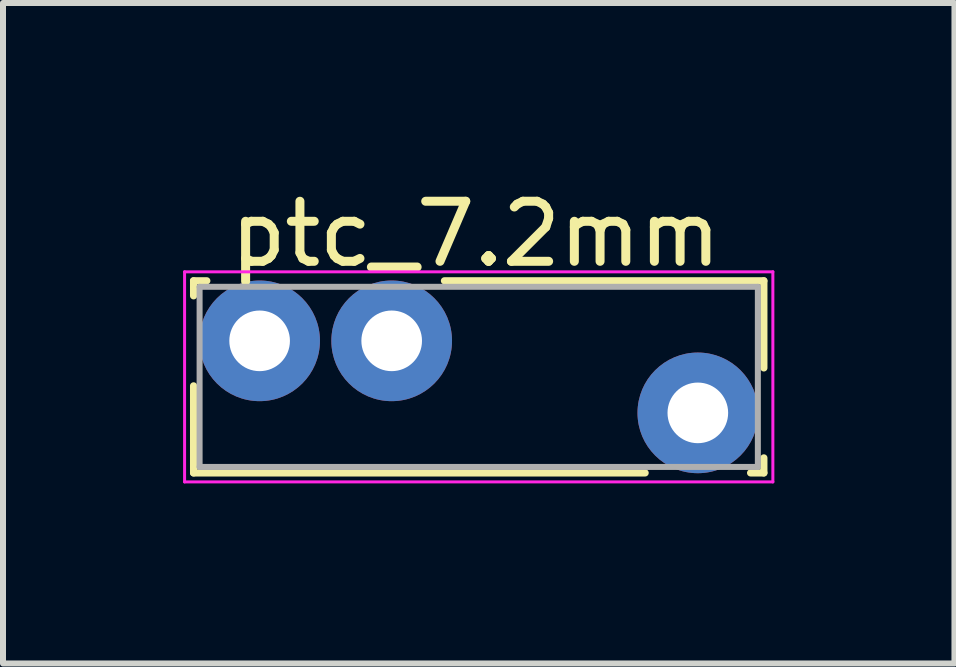
<source format=kicad_pcb>
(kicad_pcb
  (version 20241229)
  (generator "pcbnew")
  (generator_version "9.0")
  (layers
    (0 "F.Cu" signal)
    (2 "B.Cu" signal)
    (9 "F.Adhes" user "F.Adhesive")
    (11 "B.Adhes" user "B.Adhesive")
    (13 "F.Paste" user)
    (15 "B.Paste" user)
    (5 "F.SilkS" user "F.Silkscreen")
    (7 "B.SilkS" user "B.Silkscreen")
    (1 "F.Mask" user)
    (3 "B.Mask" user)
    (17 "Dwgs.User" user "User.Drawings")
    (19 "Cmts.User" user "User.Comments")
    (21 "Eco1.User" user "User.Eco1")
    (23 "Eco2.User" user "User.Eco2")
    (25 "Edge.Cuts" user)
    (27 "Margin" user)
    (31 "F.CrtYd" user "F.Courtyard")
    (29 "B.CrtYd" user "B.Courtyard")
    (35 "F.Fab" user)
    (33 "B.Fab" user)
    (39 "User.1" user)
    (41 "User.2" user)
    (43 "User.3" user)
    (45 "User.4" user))
  (footprint "ptc_7.2mm"
    (layer "F.Cu")
    (at 3.475 2.628)
    (property "Reference" "ptc_7.2mm" (at 1.4 -1.78 0) (layer "F.SilkS") (effects (font (size 1 1) (thickness 0.15))))
    (attr through_hole)
    (fp_line (start -3.301 -1) (end -3.08 -1) (stroke (width 0.12) (type solid)) (layer "F.SilkS"))
    (fp_line (start -3.3 -1) (end -3.3 -0.75) (stroke (width 0.12) (type solid)) (layer "F.SilkS"))
    (fp_line (start -3.3 0.75) (end -3.3 2.2) (stroke (width 0.12) (type solid)) (layer "F.SilkS"))
    (fp_line (start -3.3 2.2) (end 4.222 2.2) (stroke (width 0.12) (type solid)) (layer "F.SilkS"))
    (fp_line (start 0.879 -1) (end 6.2 -1) (stroke (width 0.12) (type solid)) (layer "F.SilkS"))
    (fp_line (start 5.979 2.2) (end 6.2 2.2) (stroke (width 0.12) (type solid)) (layer "F.SilkS"))
    (fp_line (start 6.2 -1) (end 6.2 0.451) (stroke (width 0.12) (type solid)) (layer "F.SilkS"))
    (fp_line (start 6.2 1.95) (end 6.2 2.2) (stroke (width 0.12) (type solid)) (layer "F.SilkS"))
    (fp_line (start -3.45 -1.15) (end -3.45 2.35) (stroke (width 0.05) (type solid)) (layer "F.CrtYd"))
    (fp_line (start -3.45 2.35) (end 6.35 2.35) (stroke (width 0.05) (type solid)) (layer "F.CrtYd"))
    (fp_line (start 6.35 -1.15) (end -3.45 -1.15) (stroke (width 0.05) (type solid)) (layer "F.CrtYd"))
    (fp_line (start 6.35 2.35) (end 6.35 -1.15) (stroke (width 0.05) (type solid)) (layer "F.CrtYd"))
    (fp_line (start -3.2 -0.9) (end -3.2 2.1) (stroke (width 0.1) (type solid)) (layer "F.Fab"))
    (fp_line (start -3.2 2.1) (end 6.1 2.1) (stroke (width 0.1) (type solid)) (layer "F.Fab"))
    (fp_line (start 6.1 -0.9) (end -3.2 -0.9) (stroke (width 0.1) (type solid)) (layer "F.Fab"))
    (fp_line (start 6.1 2.1) (end 6.1 -0.9) (stroke (width 0.1) (type solid)) (layer "F.Fab"))
    (pad "1" thru_hole circle (at -2.2 0) (size 2.01 2.01) (drill 1.01) (layers "*.Cu" "*.Mask"))
    (pad "1" thru_hole circle (at 0 0) (size 2.01 2.01) (drill 1.01) (layers "*.Cu" "*.Mask"))
    (pad "2" thru_hole circle (at 5.1 1.2) (size 2.01 2.01) (drill 1.01) (layers "*.Cu" "*.Mask")))
  (gr_rect
    (start -3 -3)
    (end 12.85 8.003)
    (stroke (width 0.1) (type default))
    (fill no)
    (layer "Edge.Cuts")))
</source>
